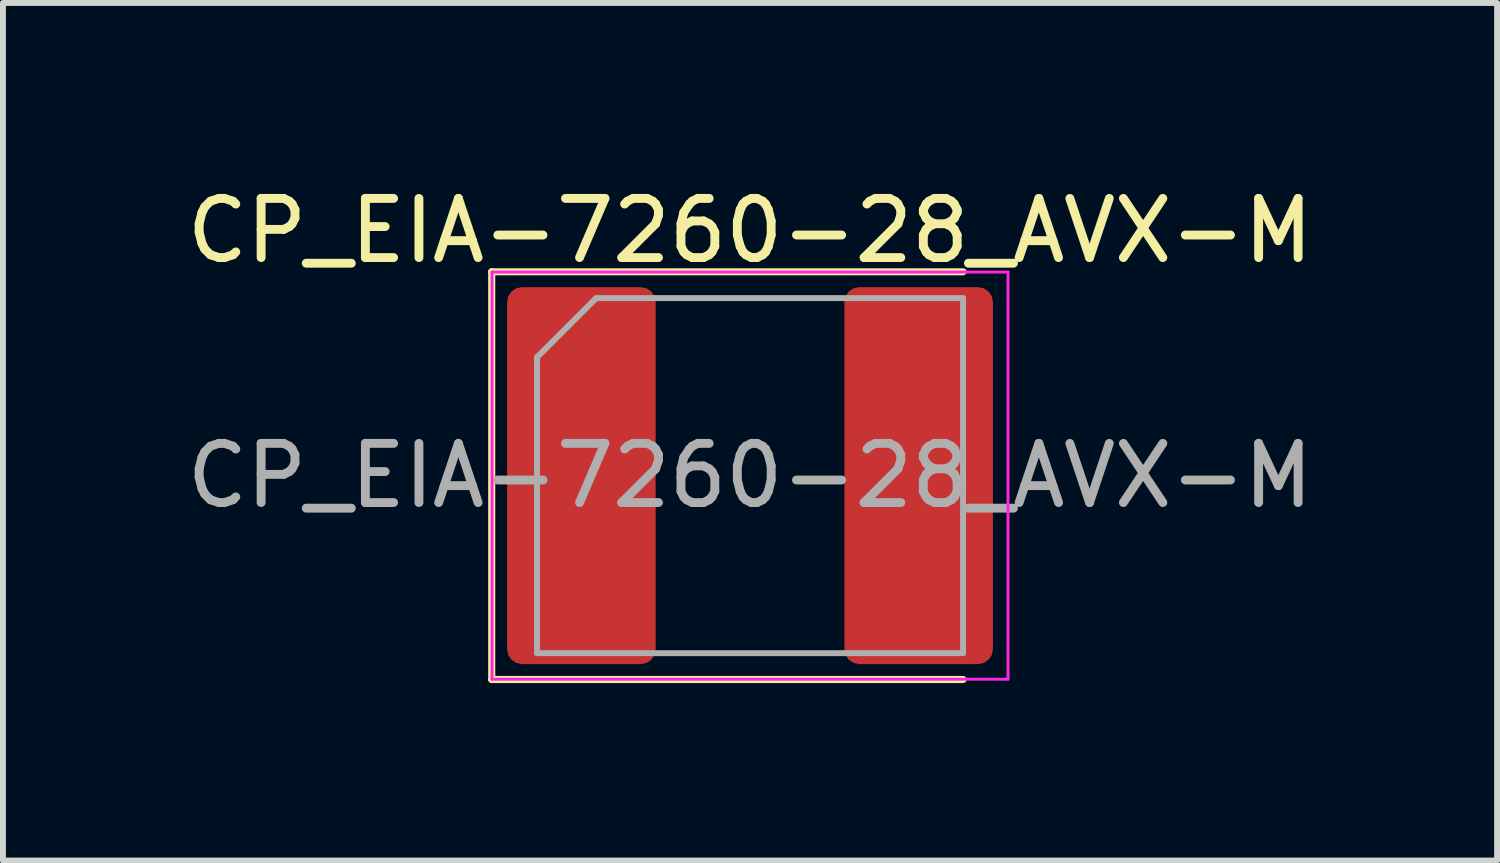
<source format=kicad_pcb>
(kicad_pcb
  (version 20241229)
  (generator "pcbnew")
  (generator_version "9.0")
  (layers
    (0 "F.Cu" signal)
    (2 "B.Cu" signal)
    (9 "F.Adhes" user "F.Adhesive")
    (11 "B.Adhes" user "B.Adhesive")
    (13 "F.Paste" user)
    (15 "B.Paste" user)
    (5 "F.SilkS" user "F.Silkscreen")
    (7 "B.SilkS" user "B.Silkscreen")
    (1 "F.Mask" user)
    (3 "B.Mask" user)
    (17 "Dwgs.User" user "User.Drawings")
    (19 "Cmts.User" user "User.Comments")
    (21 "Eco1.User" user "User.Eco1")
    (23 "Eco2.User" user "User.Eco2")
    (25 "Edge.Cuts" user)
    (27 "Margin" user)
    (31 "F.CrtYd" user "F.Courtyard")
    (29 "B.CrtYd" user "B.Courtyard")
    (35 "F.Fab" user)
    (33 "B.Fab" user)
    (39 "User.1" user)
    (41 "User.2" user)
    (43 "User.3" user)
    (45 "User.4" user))
  (footprint "CP_EIA-7260-28_AVX-M"
    (layer "F.Cu")
    (at 9.625 4.988)
    (property "Reference" "CP_EIA-7260-28_AVX-M" (at 0 -4.14 0) (layer "F.SilkS") (effects (font (size 1 1) (thickness 0.15))))
    (attr smd)
    (fp_line (start -4.365 -3.445) (end -4.365 3.445) (stroke (width 0.12) (type solid)) (layer "F.SilkS"))
    (fp_line (start -4.365 3.445) (end 3.6 3.445) (stroke (width 0.12) (type solid)) (layer "F.SilkS"))
    (fp_line (start 3.6 -3.445) (end -4.365 -3.445) (stroke (width 0.12) (type solid)) (layer "F.SilkS"))
    (fp_line (start -4.36 -3.44) (end 4.36 -3.44) (stroke (width 0.05) (type solid)) (layer "F.CrtYd"))
    (fp_line (start -4.36 3.44) (end -4.36 -3.44) (stroke (width 0.05) (type solid)) (layer "F.CrtYd"))
    (fp_line (start 4.36 -3.44) (end 4.36 3.44) (stroke (width 0.05) (type solid)) (layer "F.CrtYd"))
    (fp_line (start 4.36 3.44) (end -4.36 3.44) (stroke (width 0.05) (type solid)) (layer "F.CrtYd"))
    (fp_line (start -3.6 -2) (end -3.6 3) (stroke (width 0.1) (type solid)) (layer "F.Fab"))
    (fp_line (start -3.6 3) (end 3.6 3) (stroke (width 0.1) (type solid)) (layer "F.Fab"))
    (fp_line (start -2.6 -3) (end -3.6 -2) (stroke (width 0.1) (type solid)) (layer "F.Fab"))
    (fp_line (start 3.6 -3) (end -2.6 -3) (stroke (width 0.1) (type solid)) (layer "F.Fab"))
    (fp_line (start 3.6 3) (end 3.6 -3) (stroke (width 0.1) (type solid)) (layer "F.Fab"))
    (fp_text user "${REFERENCE}" (at 0 0 0) (layer "F.Fab") (effects (font (size 1 1) (thickness 0.15))))
    (pad "1" smd roundrect (at -2.85 0) (size 2.51 6.37) (layers "F.Cu" "F.Mask" "F.Paste") (roundrect_rratio 0.1))
    (pad "2" smd roundrect (at 2.85 0) (size 2.51 6.37) (layers "F.Cu" "F.Mask" "F.Paste") (roundrect_rratio 0.1)))
  (gr_rect
    (start -3 -3)
    (end 22.25 11.493)
    (stroke (width 0.1) (type default))
    (fill no)
    (layer "Edge.Cuts")))
</source>
